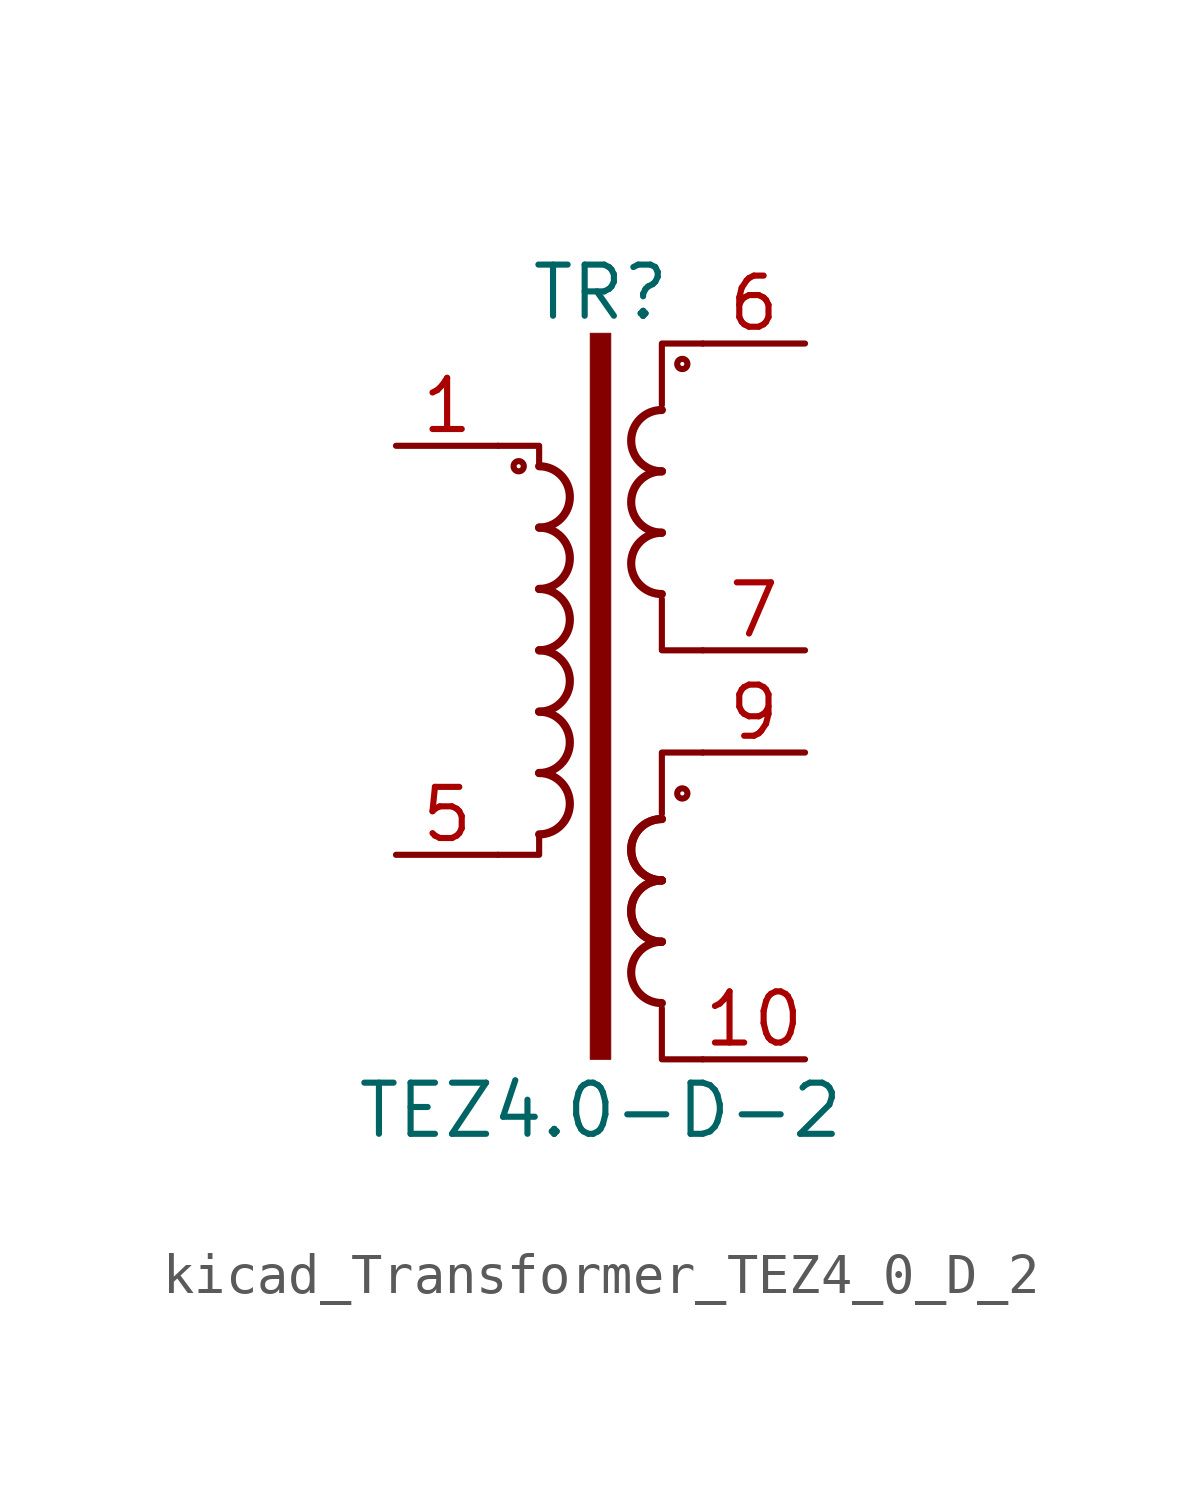
<source format=kicad_sym>
(kicad_symbol_lib
  (version 20220914)
  (generator kicad_symbol_editor)
  (symbol "kicad_Transformer_TEZ4_0_D_2"
    (pin_names
      (offset 0.025))
    (property "Reference" "TR"
      (at 0 8.89 0)
      (effects (font (size 1.27 1.27))))
    (property "Value" "TEZ4.0-D-2"
      (at 0 -11.43 0)
      (effects (font (size 1.27 1.27))))
    (symbol "kicad_Transformer_TEZ4_0_D_2_0_1"
      (circle (center -2.032 4.572) (radius 0.127) (stroke (width 0) (type default)) (fill (type none)))
      (arc (start -1.524 -4.572) (mid -0.7653 -3.81) (end -1.524 -3.048) (stroke (width 0.2032) (type default)) (fill (type none)))
      (arc (start -1.524 -3.048) (mid -0.7653 -2.286) (end -1.524 -1.524) (stroke (width 0.2032) (type default)) (fill (type none)))
      (arc (start -1.524 -1.524) (mid -0.7653 -0.762) (end -1.524 0) (stroke (width 0.2032) (type default)) (fill (type none)))
      (arc (start -1.524 0) (mid -0.7653 0.762) (end -1.524 1.524) (stroke (width 0.2032) (type default)) (fill (type none)))
      (arc (start -1.524 1.524) (mid -0.7653 2.286) (end -1.524 3.048) (stroke (width 0.2032) (type default)) (fill (type none)))
      (arc (start -1.524 3.048) (mid -0.7653 3.81) (end -1.524 4.572) (stroke (width 0.2032) (type default)) (fill (type none)))
      (rectangle (start -0.254 7.874) (end 0.254 -10.16) (stroke (width 0.025) (type default)) (fill (type outline)))
      (polyline (pts (xy -1.524 -4.572) (xy -1.524 -5.08) (xy -2.54 -5.08)) (stroke (width 0) (type default)) (fill (type none)))
      (polyline (pts (xy -1.524 4.572) (xy -1.524 5.08) (xy -2.54 5.08)) (stroke (width 0) (type default)) (fill (type none)))
      (polyline (pts (xy 1.524 -8.89) (xy 1.524 -10.16) (xy 2.54 -10.16)) (stroke (width 0) (type default)) (fill (type none)))
      (polyline (pts (xy 2.54 -2.54) (xy 1.524 -2.54) (xy 1.524 -4.064)) (stroke (width 0) (type default)) (fill (type none)))
      (polyline (pts (xy 2.54 0) (xy 1.524 0) (xy 1.524 1.27)) (stroke (width 0) (type default)) (fill (type none)))
      (polyline (pts (xy 2.54 7.62) (xy 1.524 7.62) (xy 1.524 6.096)) (stroke (width 0) (type default)) (fill (type none)))
      (arc (start 1.524 -7.239) (mid 0.7653 -8.001) (end 1.524 -8.763) (stroke (width 0.2032) (type default)) (fill (type none)))
      (arc (start 1.524 -5.715) (mid 0.7653 -6.477) (end 1.524 -7.239) (stroke (width 0.2032) (type default)) (fill (type none)))
      (arc (start 1.524 -5.715) (mid 0.7653 -6.477) (end 1.524 -7.239) (stroke (width 0.2032) (type default)) (fill (type none)))
      (arc (start 1.524 -4.191) (mid 0.7653 -4.953) (end 1.524 -5.715) (stroke (width 0.2032) (type default)) (fill (type none)))
      (arc (start 1.524 -4.191) (mid 0.7653 -4.953) (end 1.524 -5.715) (stroke (width 0.2032) (type default)) (fill (type none)))
      (arc (start 1.524 2.921) (mid 0.7653 2.159) (end 1.524 1.397) (stroke (width 0.2032) (type default)) (fill (type none)))
      (arc (start 1.524 4.445) (mid 0.7653 3.683) (end 1.524 2.921) (stroke (width 0.2032) (type default)) (fill (type none)))
      (arc (start 1.524 5.969) (mid 0.7653 5.207) (end 1.524 4.445) (stroke (width 0.2032) (type default)) (fill (type none)))
      (circle (center 2.032 -3.556) (radius 0.127) (stroke (width 0) (type default)) (fill (type none)))
      (circle (center 2.032 7.112) (radius 0.127) (stroke (width 0) (type default)) (fill (type none))))
    (symbol "kicad_Transformer_TEZ4_0_D_2_1_1"
      (pin passive line (at -5.08 5.08 0) (length 2.54) (name "~" (effects (font (size 1.27 1.27)))) (number "1" (effects (font (size 1.27 1.27)))))
      (pin passive line (at 5.08 -10.16 180) (length 2.54) (name "~" (effects (font (size 1.27 1.27)))) (number "10" (effects (font (size 1.27 1.27)))))
      (pin passive line (at -5.08 -5.08 0) (length 2.54) (name "~" (effects (font (size 1.27 1.27)))) (number "5" (effects (font (size 1.27 1.27)))))
      (pin passive line (at 5.08 7.62 180) (length 2.54) (name "~" (effects (font (size 1.27 1.27)))) (number "6" (effects (font (size 1.27 1.27)))))
      (pin passive line (at 5.08 0 180) (length 2.54) (name "~" (effects (font (size 1.27 1.27)))) (number "7" (effects (font (size 1.27 1.27)))))
      (pin passive line (at 5.08 -2.54 180) (length 2.54) (name "~" (effects (font (size 1.27 1.27)))) (number "9" (effects (font (size 1.27 1.27))))))))
</source>
